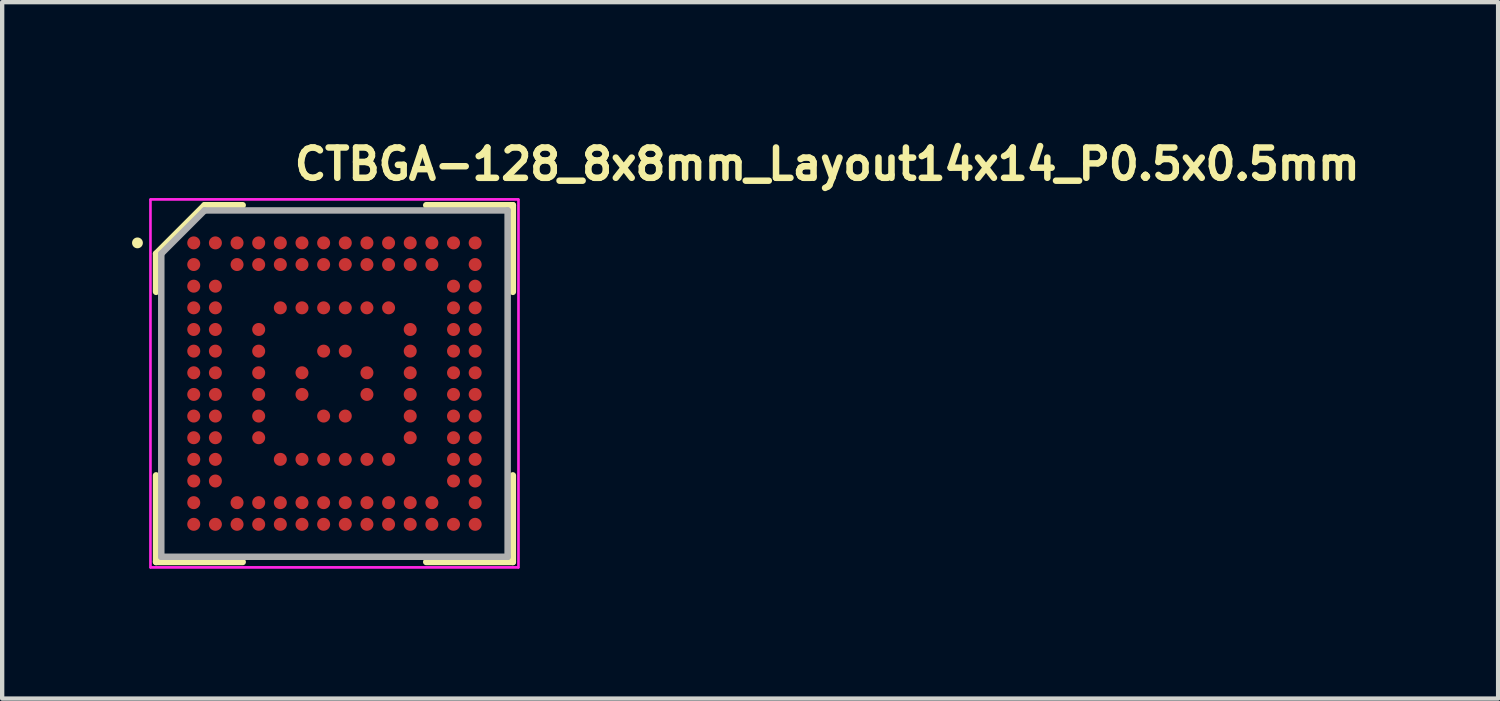
<source format=kicad_pcb>
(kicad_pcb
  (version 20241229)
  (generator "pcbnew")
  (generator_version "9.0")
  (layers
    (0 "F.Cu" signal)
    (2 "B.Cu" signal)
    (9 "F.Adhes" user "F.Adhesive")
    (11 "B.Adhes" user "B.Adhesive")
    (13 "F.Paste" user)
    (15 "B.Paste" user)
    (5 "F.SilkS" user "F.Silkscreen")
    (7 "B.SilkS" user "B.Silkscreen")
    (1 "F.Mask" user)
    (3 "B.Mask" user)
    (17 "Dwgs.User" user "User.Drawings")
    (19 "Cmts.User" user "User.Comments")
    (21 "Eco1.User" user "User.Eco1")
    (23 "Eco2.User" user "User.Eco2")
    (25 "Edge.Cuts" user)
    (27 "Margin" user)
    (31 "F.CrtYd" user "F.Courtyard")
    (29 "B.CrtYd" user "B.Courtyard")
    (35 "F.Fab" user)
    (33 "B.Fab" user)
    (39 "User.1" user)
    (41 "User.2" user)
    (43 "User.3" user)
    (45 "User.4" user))
  (footprint "CTBGA-128_8x8mm_Layout14x14_P0.5x0.5mm"
    (layer "F.Cu")
    (at 4.675 5.8)
    (property "Reference" "CTBGA-128_8x8mm_Layout14x14_P0.5x0.5mm" (at -1 -4.65 0) (unlocked yes) (layer "F.SilkS") (effects (font (size 0.7 0.7) (thickness 0.15)) (justify left bottom)))
    (attr smd)
    (fp_line (start -4.12 -2.99) (end -4.12 -2.11) (stroke (width 0.15) (type solid)) (layer "F.SilkS"))
    (fp_line (start -4.12 4.13) (end -4.12 2.13) (stroke (width 0.15) (type solid)) (layer "F.SilkS"))
    (fp_line (start -3 -4.11) (end -4.12 -2.99) (stroke (width 0.15) (type solid)) (layer "F.SilkS"))
    (fp_line (start -2.12 -4.11) (end -3 -4.11) (stroke (width 0.15) (type solid)) (layer "F.SilkS"))
    (fp_line (start -2.12 4.13) (end -4.12 4.13) (stroke (width 0.15) (type solid)) (layer "F.SilkS"))
    (fp_line (start 2.12 -4.11) (end 4.12 -4.11) (stroke (width 0.15) (type solid)) (layer "F.SilkS"))
    (fp_line (start 2.12 4.13) (end 4.12 4.13) (stroke (width 0.15) (type solid)) (layer "F.SilkS"))
    (fp_line (start 4.12 -4.11) (end 4.12 -2.11) (stroke (width 0.15) (type solid)) (layer "F.SilkS"))
    (fp_line (start 4.12 4.13) (end 4.12 2.13) (stroke (width 0.15) (type solid)) (layer "F.SilkS"))
    (fp_circle (center -4.55 -3.24) (end -4.5 -3.24) (stroke (width 0.15) (type solid)) (fill yes) (layer "F.SilkS"))
    (fp_line (start -4.25 -4.24) (end 4.25 -4.24) (stroke (width 0.05) (type solid)) (layer "F.CrtYd"))
    (fp_line (start -4.25 4.26) (end -4.25 -4.24) (stroke (width 0.05) (type solid)) (layer "F.CrtYd"))
    (fp_line (start 4.25 -4.24) (end 4.25 4.26) (stroke (width 0.05) (type solid)) (layer "F.CrtYd"))
    (fp_line (start 4.25 4.26) (end -4.25 4.26) (stroke (width 0.05) (type solid)) (layer "F.CrtYd"))
    (fp_rect (start -4.25 -4.25) (end 4.25 4.25) (stroke (width 0.05) (type solid)) (fill no) (layer "F.CrtYd"))
    (fp_line (start -4 -2.99) (end -4 4.01) (stroke (width 0.15) (type solid)) (layer "F.Fab"))
    (fp_line (start -4 4.01) (end 4 4.01) (stroke (width 0.15) (type solid)) (layer "F.Fab"))
    (fp_line (start -3 -3.99) (end -4 -2.99) (stroke (width 0.15) (type solid)) (layer "F.Fab"))
    (fp_line (start 4 -3.99) (end -3 -3.99) (stroke (width 0.15) (type solid)) (layer "F.Fab"))
    (fp_line (start 4 4.01) (end 4 -3.99) (stroke (width 0.15) (type solid)) (layer "F.Fab"))
    (fp_rect (start -4 -4) (end 4 4) (stroke (width 0.1) (type solid)) (fill no) (layer "User.5"))
    (fp_line (start -4 -4) (end -4 4) (stroke (width 0.02) (type solid)) (layer "User.9"))
    (fp_line (start -4 -4) (end 4 -4) (stroke (width 0.02) (type solid)) (layer "User.9"))
    (fp_line (start -4 4) (end 4 4) (stroke (width 0.02) (type solid)) (layer "User.9"))
    (fp_line (start 4 -4) (end 4 4) (stroke (width 0.02) (type solid)) (layer "User.9"))
    (fp_circle (center -3.62 -3.62) (end -3.62 -3.77) (stroke (width 0.02) (type default)) (fill no) (layer "User.9"))
    (pad "A1" smd circle (at -3.25 -3.24) (size 0.3 0.3) (layers "F.Cu" "F.Mask" "F.Paste"))
    (pad "A2" smd circle (at -2.75 -3.24) (size 0.3 0.3) (layers "F.Cu" "F.Mask" "F.Paste"))
    (pad "A3" smd circle (at -2.25 -3.24) (size 0.3 0.3) (layers "F.Cu" "F.Mask" "F.Paste"))
    (pad "A4" smd circle (at -1.75 -3.24) (size 0.3 0.3) (layers "F.Cu" "F.Mask" "F.Paste"))
    (pad "A5" smd circle (at -1.25 -3.24) (size 0.3 0.3) (layers "F.Cu" "F.Mask" "F.Paste"))
    (pad "A6" smd circle (at -0.75 -3.24) (size 0.3 0.3) (layers "F.Cu" "F.Mask" "F.Paste"))
    (pad "A7" smd circle (at -0.25 -3.24) (size 0.3 0.3) (layers "F.Cu" "F.Mask" "F.Paste"))
    (pad "A8" smd circle (at 0.25 -3.24) (size 0.3 0.3) (layers "F.Cu" "F.Mask" "F.Paste"))
    (pad "A9" smd circle (at 0.75 -3.24) (size 0.3 0.3) (layers "F.Cu" "F.Mask" "F.Paste"))
    (pad "A10" smd circle (at 1.25 -3.24) (size 0.3 0.3) (layers "F.Cu" "F.Mask" "F.Paste"))
    (pad "A11" smd circle (at 1.75 -3.24) (size 0.3 0.3) (layers "F.Cu" "F.Mask" "F.Paste"))
    (pad "A12" smd circle (at 2.25 -3.24) (size 0.3 0.3) (layers "F.Cu" "F.Mask" "F.Paste"))
    (pad "A13" smd circle (at 2.75 -3.24) (size 0.3 0.3) (layers "F.Cu" "F.Mask" "F.Paste"))
    (pad "A14" smd circle (at 3.25 -3.24) (size 0.3 0.3) (layers "F.Cu" "F.Mask" "F.Paste"))
    (pad "B1" smd circle (at -3.25 -2.74) (size 0.3 0.3) (layers "F.Cu" "F.Mask" "F.Paste"))
    (pad "B3" smd circle (at -2.25 -2.74) (size 0.3 0.3) (layers "F.Cu" "F.Mask" "F.Paste"))
    (pad "B4" smd circle (at -1.75 -2.74) (size 0.3 0.3) (layers "F.Cu" "F.Mask" "F.Paste"))
    (pad "B5" smd circle (at -1.25 -2.74) (size 0.3 0.3) (layers "F.Cu" "F.Mask" "F.Paste"))
    (pad "B6" smd circle (at -0.75 -2.74) (size 0.3 0.3) (layers "F.Cu" "F.Mask" "F.Paste"))
    (pad "B7" smd circle (at -0.25 -2.74) (size 0.3 0.3) (layers "F.Cu" "F.Mask" "F.Paste"))
    (pad "B8" smd circle (at 0.25 -2.74) (size 0.3 0.3) (layers "F.Cu" "F.Mask" "F.Paste"))
    (pad "B9" smd circle (at 0.75 -2.74) (size 0.3 0.3) (layers "F.Cu" "F.Mask" "F.Paste"))
    (pad "B10" smd circle (at 1.25 -2.74) (size 0.3 0.3) (layers "F.Cu" "F.Mask" "F.Paste"))
    (pad "B11" smd circle (at 1.75 -2.74) (size 0.3 0.3) (layers "F.Cu" "F.Mask" "F.Paste"))
    (pad "B12" smd circle (at 2.25 -2.74) (size 0.3 0.3) (layers "F.Cu" "F.Mask" "F.Paste"))
    (pad "B14" smd circle (at 3.25 -2.74) (size 0.3 0.3) (layers "F.Cu" "F.Mask" "F.Paste"))
    (pad "C1" smd circle (at -3.25 -2.24) (size 0.3 0.3) (layers "F.Cu" "F.Mask" "F.Paste"))
    (pad "C2" smd circle (at -2.75 -2.24) (size 0.3 0.3) (layers "F.Cu" "F.Mask" "F.Paste"))
    (pad "C13" smd circle (at 2.75 -2.24) (size 0.3 0.3) (layers "F.Cu" "F.Mask" "F.Paste"))
    (pad "C14" smd circle (at 3.25 -2.24) (size 0.3 0.3) (layers "F.Cu" "F.Mask" "F.Paste"))
    (pad "D1" smd circle (at -3.25 -1.74) (size 0.3 0.3) (layers "F.Cu" "F.Mask" "F.Paste"))
    (pad "D2" smd circle (at -2.75 -1.74) (size 0.3 0.3) (layers "F.Cu" "F.Mask" "F.Paste"))
    (pad "D5" smd circle (at -1.25 -1.74) (size 0.3 0.3) (layers "F.Cu" "F.Mask" "F.Paste"))
    (pad "D6" smd circle (at -0.75 -1.74) (size 0.3 0.3) (layers "F.Cu" "F.Mask" "F.Paste"))
    (pad "D7" smd circle (at -0.25 -1.74) (size 0.3 0.3) (layers "F.Cu" "F.Mask" "F.Paste"))
    (pad "D8" smd circle (at 0.25 -1.74) (size 0.3 0.3) (layers "F.Cu" "F.Mask" "F.Paste"))
    (pad "D9" smd circle (at 0.75 -1.74) (size 0.3 0.3) (layers "F.Cu" "F.Mask" "F.Paste"))
    (pad "D10" smd circle (at 1.25 -1.74) (size 0.3 0.3) (layers "F.Cu" "F.Mask" "F.Paste"))
    (pad "D13" smd circle (at 2.75 -1.74) (size 0.3 0.3) (layers "F.Cu" "F.Mask" "F.Paste"))
    (pad "D14" smd circle (at 3.25 -1.74) (size 0.3 0.3) (layers "F.Cu" "F.Mask" "F.Paste"))
    (pad "E1" smd circle (at -3.25 -1.24) (size 0.3 0.3) (layers "F.Cu" "F.Mask" "F.Paste"))
    (pad "E2" smd circle (at -2.75 -1.24) (size 0.3 0.3) (layers "F.Cu" "F.Mask" "F.Paste"))
    (pad "E4" smd circle (at -1.75 -1.24) (size 0.3 0.3) (layers "F.Cu" "F.Mask" "F.Paste"))
    (pad "E11" smd circle (at 1.75 -1.24) (size 0.3 0.3) (layers "F.Cu" "F.Mask" "F.Paste"))
    (pad "E13" smd circle (at 2.75 -1.24) (size 0.3 0.3) (layers "F.Cu" "F.Mask" "F.Paste"))
    (pad "E14" smd circle (at 3.25 -1.24) (size 0.3 0.3) (layers "F.Cu" "F.Mask" "F.Paste"))
    (pad "F1" smd circle (at -3.25 -0.74) (size 0.3 0.3) (layers "F.Cu" "F.Mask" "F.Paste"))
    (pad "F2" smd circle (at -2.75 -0.74) (size 0.3 0.3) (layers "F.Cu" "F.Mask" "F.Paste"))
    (pad "F4" smd circle (at -1.75 -0.74) (size 0.3 0.3) (layers "F.Cu" "F.Mask" "F.Paste"))
    (pad "F7" smd circle (at -0.25 -0.74) (size 0.3 0.3) (layers "F.Cu" "F.Mask" "F.Paste"))
    (pad "F8" smd circle (at 0.25 -0.74) (size 0.3 0.3) (layers "F.Cu" "F.Mask" "F.Paste"))
    (pad "F11" smd circle (at 1.75 -0.74) (size 0.3 0.3) (layers "F.Cu" "F.Mask" "F.Paste"))
    (pad "F13" smd circle (at 2.75 -0.74) (size 0.3 0.3) (layers "F.Cu" "F.Mask" "F.Paste"))
    (pad "F14" smd circle (at 3.25 -0.74) (size 0.3 0.3) (layers "F.Cu" "F.Mask" "F.Paste"))
    (pad "G1" smd circle (at -3.25 -0.24) (size 0.3 0.3) (layers "F.Cu" "F.Mask" "F.Paste"))
    (pad "G2" smd circle (at -2.75 -0.24) (size 0.3 0.3) (layers "F.Cu" "F.Mask" "F.Paste"))
    (pad "G4" smd circle (at -1.75 -0.24) (size 0.3 0.3) (layers "F.Cu" "F.Mask" "F.Paste"))
    (pad "G6" smd circle (at -0.75 -0.24) (size 0.3 0.3) (layers "F.Cu" "F.Mask" "F.Paste"))
    (pad "G9" smd circle (at 0.75 -0.24) (size 0.3 0.3) (layers "F.Cu" "F.Mask" "F.Paste"))
    (pad "G11" smd circle (at 1.75 -0.24) (size 0.3 0.3) (layers "F.Cu" "F.Mask" "F.Paste"))
    (pad "G13" smd circle (at 2.75 -0.24) (size 0.3 0.3) (layers "F.Cu" "F.Mask" "F.Paste"))
    (pad "G14" smd circle (at 3.25 -0.24) (size 0.3 0.3) (layers "F.Cu" "F.Mask" "F.Paste"))
    (pad "H1" smd circle (at -3.25 0.26) (size 0.3 0.3) (layers "F.Cu" "F.Mask" "F.Paste"))
    (pad "H2" smd circle (at -2.75 0.26) (size 0.3 0.3) (layers "F.Cu" "F.Mask" "F.Paste"))
    (pad "H4" smd circle (at -1.75 0.26) (size 0.3 0.3) (layers "F.Cu" "F.Mask" "F.Paste"))
    (pad "H6" smd circle (at -0.75 0.26) (size 0.3 0.3) (layers "F.Cu" "F.Mask" "F.Paste"))
    (pad "H9" smd circle (at 0.75 0.26) (size 0.3 0.3) (layers "F.Cu" "F.Mask" "F.Paste"))
    (pad "H11" smd circle (at 1.75 0.26) (size 0.3 0.3) (layers "F.Cu" "F.Mask" "F.Paste"))
    (pad "H13" smd circle (at 2.75 0.26) (size 0.3 0.3) (layers "F.Cu" "F.Mask" "F.Paste"))
    (pad "H14" smd circle (at 3.25 0.26) (size 0.3 0.3) (layers "F.Cu" "F.Mask" "F.Paste"))
    (pad "J1" smd circle (at -3.25 0.76) (size 0.3 0.3) (layers "F.Cu" "F.Mask" "F.Paste"))
    (pad "J2" smd circle (at -2.75 0.76) (size 0.3 0.3) (layers "F.Cu" "F.Mask" "F.Paste"))
    (pad "J4" smd circle (at -1.75 0.76) (size 0.3 0.3) (layers "F.Cu" "F.Mask" "F.Paste"))
    (pad "J7" smd circle (at -0.25 0.76) (size 0.3 0.3) (layers "F.Cu" "F.Mask" "F.Paste"))
    (pad "J8" smd circle (at 0.25 0.76) (size 0.3 0.3) (layers "F.Cu" "F.Mask" "F.Paste"))
    (pad "J11" smd circle (at 1.75 0.76) (size 0.3 0.3) (layers "F.Cu" "F.Mask" "F.Paste"))
    (pad "J13" smd circle (at 2.75 0.76) (size 0.3 0.3) (layers "F.Cu" "F.Mask" "F.Paste"))
    (pad "J14" smd circle (at 3.25 0.76) (size 0.3 0.3) (layers "F.Cu" "F.Mask" "F.Paste"))
    (pad "K1" smd circle (at -3.25 1.26) (size 0.3 0.3) (layers "F.Cu" "F.Mask" "F.Paste"))
    (pad "K2" smd circle (at -2.75 1.26) (size 0.3 0.3) (layers "F.Cu" "F.Mask" "F.Paste"))
    (pad "K4" smd circle (at -1.75 1.26) (size 0.3 0.3) (layers "F.Cu" "F.Mask" "F.Paste"))
    (pad "K11" smd circle (at 1.75 1.26) (size 0.3 0.3) (layers "F.Cu" "F.Mask" "F.Paste"))
    (pad "K13" smd circle (at 2.75 1.26) (size 0.3 0.3) (layers "F.Cu" "F.Mask" "F.Paste"))
    (pad "K14" smd circle (at 3.25 1.26) (size 0.3 0.3) (layers "F.Cu" "F.Mask" "F.Paste"))
    (pad "L1" smd circle (at -3.25 1.76) (size 0.3 0.3) (layers "F.Cu" "F.Mask" "F.Paste"))
    (pad "L2" smd circle (at -2.75 1.76) (size 0.3 0.3) (layers "F.Cu" "F.Mask" "F.Paste"))
    (pad "L5" smd circle (at -1.25 1.76) (size 0.3 0.3) (layers "F.Cu" "F.Mask" "F.Paste"))
    (pad "L6" smd circle (at -0.75 1.76) (size 0.3 0.3) (layers "F.Cu" "F.Mask" "F.Paste"))
    (pad "L7" smd circle (at -0.25 1.76) (size 0.3 0.3) (layers "F.Cu" "F.Mask" "F.Paste"))
    (pad "L8" smd circle (at 0.25 1.76) (size 0.3 0.3) (layers "F.Cu" "F.Mask" "F.Paste"))
    (pad "L9" smd circle (at 0.75 1.76) (size 0.3 0.3) (layers "F.Cu" "F.Mask" "F.Paste"))
    (pad "L10" smd circle (at 1.25 1.76) (size 0.3 0.3) (layers "F.Cu" "F.Mask" "F.Paste"))
    (pad "L13" smd circle (at 2.75 1.76) (size 0.3 0.3) (layers "F.Cu" "F.Mask" "F.Paste"))
    (pad "L14" smd circle (at 3.25 1.76) (size 0.3 0.3) (layers "F.Cu" "F.Mask" "F.Paste"))
    (pad "M1" smd circle (at -3.25 2.26) (size 0.3 0.3) (layers "F.Cu" "F.Mask" "F.Paste"))
    (pad "M2" smd circle (at -2.75 2.26) (size 0.3 0.3) (layers "F.Cu" "F.Mask" "F.Paste"))
    (pad "M13" smd circle (at 2.75 2.26) (size 0.3 0.3) (layers "F.Cu" "F.Mask" "F.Paste"))
    (pad "M14" smd circle (at 3.25 2.26) (size 0.3 0.3) (layers "F.Cu" "F.Mask" "F.Paste"))
    (pad "N1" smd circle (at -3.25 2.76) (size 0.3 0.3) (layers "F.Cu" "F.Mask" "F.Paste"))
    (pad "N3" smd circle (at -2.25 2.76) (size 0.3 0.3) (layers "F.Cu" "F.Mask" "F.Paste"))
    (pad "N4" smd circle (at -1.75 2.76) (size 0.3 0.3) (layers "F.Cu" "F.Mask" "F.Paste"))
    (pad "N5" smd circle (at -1.25 2.76) (size 0.3 0.3) (layers "F.Cu" "F.Mask" "F.Paste"))
    (pad "N6" smd circle (at -0.75 2.76) (size 0.3 0.3) (layers "F.Cu" "F.Mask" "F.Paste"))
    (pad "N7" smd circle (at -0.25 2.76) (size 0.3 0.3) (layers "F.Cu" "F.Mask" "F.Paste"))
    (pad "N8" smd circle (at 0.25 2.76) (size 0.3 0.3) (layers "F.Cu" "F.Mask" "F.Paste"))
    (pad "N9" smd circle (at 0.75 2.76) (size 0.3 0.3) (layers "F.Cu" "F.Mask" "F.Paste"))
    (pad "N10" smd circle (at 1.25 2.76) (size 0.3 0.3) (layers "F.Cu" "F.Mask" "F.Paste"))
    (pad "N11" smd circle (at 1.75 2.76) (size 0.3 0.3) (layers "F.Cu" "F.Mask" "F.Paste"))
    (pad "N12" smd circle (at 2.25 2.76) (size 0.3 0.3) (layers "F.Cu" "F.Mask" "F.Paste"))
    (pad "N14" smd circle (at 3.25 2.76) (size 0.3 0.3) (layers "F.Cu" "F.Mask" "F.Paste"))
    (pad "P1" smd circle (at -3.25 3.26) (size 0.3 0.3) (layers "F.Cu" "F.Mask" "F.Paste"))
    (pad "P2" smd circle (at -2.75 3.26) (size 0.3 0.3) (layers "F.Cu" "F.Mask" "F.Paste"))
    (pad "P3" smd circle (at -2.25 3.26) (size 0.3 0.3) (layers "F.Cu" "F.Mask" "F.Paste"))
    (pad "P4" smd circle (at -1.75 3.26) (size 0.3 0.3) (layers "F.Cu" "F.Mask" "F.Paste"))
    (pad "P5" smd circle (at -1.25 3.26) (size 0.3 0.3) (layers "F.Cu" "F.Mask" "F.Paste"))
    (pad "P6" smd circle (at -0.75 3.26) (size 0.3 0.3) (layers "F.Cu" "F.Mask" "F.Paste"))
    (pad "P7" smd circle (at -0.25 3.26) (size 0.3 0.3) (layers "F.Cu" "F.Mask" "F.Paste"))
    (pad "P8" smd circle (at 0.25 3.26) (size 0.3 0.3) (layers "F.Cu" "F.Mask" "F.Paste"))
    (pad "P9" smd circle (at 0.75 3.26) (size 0.3 0.3) (layers "F.Cu" "F.Mask" "F.Paste"))
    (pad "P10" smd circle (at 1.25 3.26) (size 0.3 0.3) (layers "F.Cu" "F.Mask" "F.Paste"))
    (pad "P11" smd circle (at 1.75 3.26) (size 0.3 0.3) (layers "F.Cu" "F.Mask" "F.Paste"))
    (pad "P12" smd circle (at 2.25 3.26) (size 0.3 0.3) (layers "F.Cu" "F.Mask" "F.Paste"))
    (pad "P13" smd circle (at 2.75 3.26) (size 0.3 0.3) (layers "F.Cu" "F.Mask" "F.Paste"))
    (pad "P14" smd circle (at 3.25 3.26) (size 0.3 0.3) (layers "F.Cu" "F.Mask" "F.Paste")))
  (gr_rect
    (start -3 -3)
    (end 31.552 13.085)
    (stroke (width 0.1) (type default))
    (fill no)
    (layer "Edge.Cuts")))
</source>
